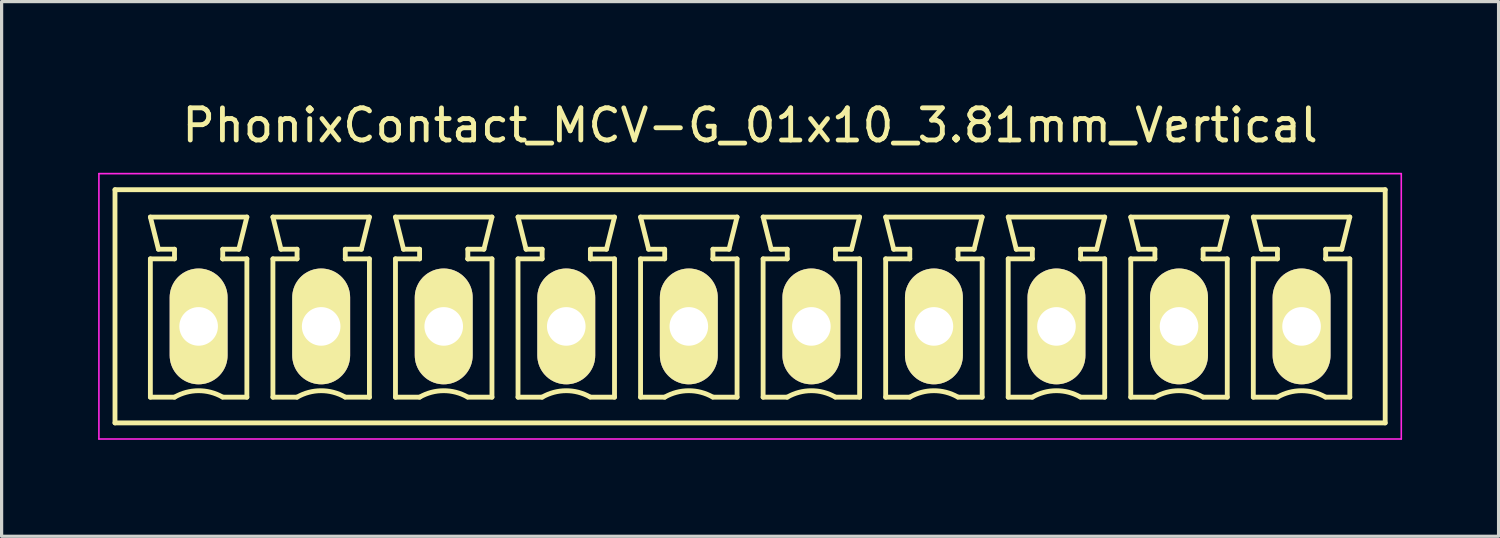
<source format=kicad_pcb>
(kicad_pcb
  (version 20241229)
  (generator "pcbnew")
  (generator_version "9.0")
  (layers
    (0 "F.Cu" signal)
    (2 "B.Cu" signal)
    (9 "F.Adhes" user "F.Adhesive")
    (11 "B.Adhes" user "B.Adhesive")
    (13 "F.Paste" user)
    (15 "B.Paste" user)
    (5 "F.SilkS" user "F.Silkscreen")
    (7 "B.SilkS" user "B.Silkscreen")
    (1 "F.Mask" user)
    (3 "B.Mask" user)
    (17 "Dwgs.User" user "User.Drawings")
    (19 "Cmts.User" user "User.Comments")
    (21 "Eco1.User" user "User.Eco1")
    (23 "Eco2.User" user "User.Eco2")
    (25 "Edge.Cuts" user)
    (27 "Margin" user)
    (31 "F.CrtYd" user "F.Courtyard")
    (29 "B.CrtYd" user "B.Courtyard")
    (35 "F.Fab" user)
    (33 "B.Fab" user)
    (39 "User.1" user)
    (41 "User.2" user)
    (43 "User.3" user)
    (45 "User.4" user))
  (footprint "PhonixContact_MCV-G_01x10_3.81mm_Vertical"
    (layer "F.Cu")
    (at 3.125 7.098)
    (property "Reference" "PhonixContact_MCV-G_01x10_3.81mm_Vertical" (at 17.145 -6.25 0) (layer "F.SilkS") (effects (font (size 1 1) (thickness 0.15))))
    (attr through_hole)
    (fp_line (start -2.6 -4.25) (end -2.6 3) (stroke (width 0.15) (type solid)) (layer "F.SilkS"))
    (fp_line (start -2.6 3) (end 36.89 3) (stroke (width 0.15) (type solid)) (layer "F.SilkS"))
    (fp_line (start -1.5 -3.4) (end 1.5 -3.4) (stroke (width 0.15) (type solid)) (layer "F.SilkS"))
    (fp_line (start -1.5 -2.1) (end -0.75 -2.1) (stroke (width 0.15) (type solid)) (layer "F.SilkS"))
    (fp_line (start -1.5 2.2) (end -1.5 -2.1) (stroke (width 0.15) (type solid)) (layer "F.SilkS"))
    (fp_line (start -1.25 -2.4) (end -1.5 -3.4) (stroke (width 0.15) (type solid)) (layer "F.SilkS"))
    (fp_line (start -0.75 -2.4) (end -1.25 -2.4) (stroke (width 0.15) (type solid)) (layer "F.SilkS"))
    (fp_line (start -0.75 -2.1) (end -0.75 -2.4) (stroke (width 0.15) (type solid)) (layer "F.SilkS"))
    (fp_line (start -0.75 2.2) (end -1.5 2.2) (stroke (width 0.15) (type solid)) (layer "F.SilkS"))
    (fp_line (start 0.75 -2.4) (end 0.75 -2.1) (stroke (width 0.15) (type solid)) (layer "F.SilkS"))
    (fp_line (start 0.75 -2.1) (end 0.75 -2.1) (stroke (width 0.15) (type solid)) (layer "F.SilkS"))
    (fp_line (start 0.75 -2.1) (end 1.5 -2.1) (stroke (width 0.15) (type solid)) (layer "F.SilkS"))
    (fp_line (start 1.25 -2.4) (end 0.75 -2.4) (stroke (width 0.15) (type solid)) (layer "F.SilkS"))
    (fp_line (start 1.5 -3.4) (end 1.25 -2.4) (stroke (width 0.15) (type solid)) (layer "F.SilkS"))
    (fp_line (start 1.5 -2.1) (end 1.5 2.2) (stroke (width 0.15) (type solid)) (layer "F.SilkS"))
    (fp_line (start 1.5 2.2) (end 0.75 2.2) (stroke (width 0.15) (type solid)) (layer "F.SilkS"))
    (fp_line (start 2.31 -3.4) (end 5.31 -3.4) (stroke (width 0.15) (type solid)) (layer "F.SilkS"))
    (fp_line (start 2.31 -2.1) (end 3.06 -2.1) (stroke (width 0.15) (type solid)) (layer "F.SilkS"))
    (fp_line (start 2.31 2.2) (end 2.31 -2.1) (stroke (width 0.15) (type solid)) (layer "F.SilkS"))
    (fp_line (start 2.56 -2.4) (end 2.31 -3.4) (stroke (width 0.15) (type solid)) (layer "F.SilkS"))
    (fp_line (start 3.06 -2.4) (end 2.56 -2.4) (stroke (width 0.15) (type solid)) (layer "F.SilkS"))
    (fp_line (start 3.06 -2.1) (end 3.06 -2.4) (stroke (width 0.15) (type solid)) (layer "F.SilkS"))
    (fp_line (start 3.06 2.2) (end 2.31 2.2) (stroke (width 0.15) (type solid)) (layer "F.SilkS"))
    (fp_line (start 4.56 -2.4) (end 4.56 -2.1) (stroke (width 0.15) (type solid)) (layer "F.SilkS"))
    (fp_line (start 4.56 -2.1) (end 4.56 -2.1) (stroke (width 0.15) (type solid)) (layer "F.SilkS"))
    (fp_line (start 4.56 -2.1) (end 5.31 -2.1) (stroke (width 0.15) (type solid)) (layer "F.SilkS"))
    (fp_line (start 5.06 -2.4) (end 4.56 -2.4) (stroke (width 0.15) (type solid)) (layer "F.SilkS"))
    (fp_line (start 5.31 -3.4) (end 5.06 -2.4) (stroke (width 0.15) (type solid)) (layer "F.SilkS"))
    (fp_line (start 5.31 -2.1) (end 5.31 2.2) (stroke (width 0.15) (type solid)) (layer "F.SilkS"))
    (fp_line (start 5.31 2.2) (end 4.56 2.2) (stroke (width 0.15) (type solid)) (layer "F.SilkS"))
    (fp_line (start 6.12 -3.4) (end 9.12 -3.4) (stroke (width 0.15) (type solid)) (layer "F.SilkS"))
    (fp_line (start 6.12 -2.1) (end 6.87 -2.1) (stroke (width 0.15) (type solid)) (layer "F.SilkS"))
    (fp_line (start 6.12 2.2) (end 6.12 -2.1) (stroke (width 0.15) (type solid)) (layer "F.SilkS"))
    (fp_line (start 6.37 -2.4) (end 6.12 -3.4) (stroke (width 0.15) (type solid)) (layer "F.SilkS"))
    (fp_line (start 6.87 -2.4) (end 6.37 -2.4) (stroke (width 0.15) (type solid)) (layer "F.SilkS"))
    (fp_line (start 6.87 -2.1) (end 6.87 -2.4) (stroke (width 0.15) (type solid)) (layer "F.SilkS"))
    (fp_line (start 6.87 2.2) (end 6.12 2.2) (stroke (width 0.15) (type solid)) (layer "F.SilkS"))
    (fp_line (start 8.37 -2.4) (end 8.37 -2.1) (stroke (width 0.15) (type solid)) (layer "F.SilkS"))
    (fp_line (start 8.37 -2.1) (end 8.37 -2.1) (stroke (width 0.15) (type solid)) (layer "F.SilkS"))
    (fp_line (start 8.37 -2.1) (end 9.12 -2.1) (stroke (width 0.15) (type solid)) (layer "F.SilkS"))
    (fp_line (start 8.87 -2.4) (end 8.37 -2.4) (stroke (width 0.15) (type solid)) (layer "F.SilkS"))
    (fp_line (start 9.12 -3.4) (end 8.87 -2.4) (stroke (width 0.15) (type solid)) (layer "F.SilkS"))
    (fp_line (start 9.12 -2.1) (end 9.12 2.2) (stroke (width 0.15) (type solid)) (layer "F.SilkS"))
    (fp_line (start 9.12 2.2) (end 8.37 2.2) (stroke (width 0.15) (type solid)) (layer "F.SilkS"))
    (fp_line (start 9.93 -3.4) (end 12.93 -3.4) (stroke (width 0.15) (type solid)) (layer "F.SilkS"))
    (fp_line (start 9.93 -2.1) (end 10.68 -2.1) (stroke (width 0.15) (type solid)) (layer "F.SilkS"))
    (fp_line (start 9.93 2.2) (end 9.93 -2.1) (stroke (width 0.15) (type solid)) (layer "F.SilkS"))
    (fp_line (start 10.18 -2.4) (end 9.93 -3.4) (stroke (width 0.15) (type solid)) (layer "F.SilkS"))
    (fp_line (start 10.68 -2.4) (end 10.18 -2.4) (stroke (width 0.15) (type solid)) (layer "F.SilkS"))
    (fp_line (start 10.68 -2.1) (end 10.68 -2.4) (stroke (width 0.15) (type solid)) (layer "F.SilkS"))
    (fp_line (start 10.68 2.2) (end 9.93 2.2) (stroke (width 0.15) (type solid)) (layer "F.SilkS"))
    (fp_line (start 12.18 -2.4) (end 12.18 -2.1) (stroke (width 0.15) (type solid)) (layer "F.SilkS"))
    (fp_line (start 12.18 -2.1) (end 12.18 -2.1) (stroke (width 0.15) (type solid)) (layer "F.SilkS"))
    (fp_line (start 12.18 -2.1) (end 12.93 -2.1) (stroke (width 0.15) (type solid)) (layer "F.SilkS"))
    (fp_line (start 12.68 -2.4) (end 12.18 -2.4) (stroke (width 0.15) (type solid)) (layer "F.SilkS"))
    (fp_line (start 12.93 -3.4) (end 12.68 -2.4) (stroke (width 0.15) (type solid)) (layer "F.SilkS"))
    (fp_line (start 12.93 -2.1) (end 12.93 2.2) (stroke (width 0.15) (type solid)) (layer "F.SilkS"))
    (fp_line (start 12.93 2.2) (end 12.18 2.2) (stroke (width 0.15) (type solid)) (layer "F.SilkS"))
    (fp_line (start 13.74 -3.4) (end 16.74 -3.4) (stroke (width 0.15) (type solid)) (layer "F.SilkS"))
    (fp_line (start 13.74 -2.1) (end 14.49 -2.1) (stroke (width 0.15) (type solid)) (layer "F.SilkS"))
    (fp_line (start 13.74 2.2) (end 13.74 -2.1) (stroke (width 0.15) (type solid)) (layer "F.SilkS"))
    (fp_line (start 13.99 -2.4) (end 13.74 -3.4) (stroke (width 0.15) (type solid)) (layer "F.SilkS"))
    (fp_line (start 14.49 -2.4) (end 13.99 -2.4) (stroke (width 0.15) (type solid)) (layer "F.SilkS"))
    (fp_line (start 14.49 -2.1) (end 14.49 -2.4) (stroke (width 0.15) (type solid)) (layer "F.SilkS"))
    (fp_line (start 14.49 2.2) (end 13.74 2.2) (stroke (width 0.15) (type solid)) (layer "F.SilkS"))
    (fp_line (start 15.99 -2.4) (end 15.99 -2.1) (stroke (width 0.15) (type solid)) (layer "F.SilkS"))
    (fp_line (start 15.99 -2.1) (end 15.99 -2.1) (stroke (width 0.15) (type solid)) (layer "F.SilkS"))
    (fp_line (start 15.99 -2.1) (end 16.74 -2.1) (stroke (width 0.15) (type solid)) (layer "F.SilkS"))
    (fp_line (start 16.49 -2.4) (end 15.99 -2.4) (stroke (width 0.15) (type solid)) (layer "F.SilkS"))
    (fp_line (start 16.74 -3.4) (end 16.49 -2.4) (stroke (width 0.15) (type solid)) (layer "F.SilkS"))
    (fp_line (start 16.74 -2.1) (end 16.74 2.2) (stroke (width 0.15) (type solid)) (layer "F.SilkS"))
    (fp_line (start 16.74 2.2) (end 15.99 2.2) (stroke (width 0.15) (type solid)) (layer "F.SilkS"))
    (fp_line (start 17.55 -3.4) (end 20.55 -3.4) (stroke (width 0.15) (type solid)) (layer "F.SilkS"))
    (fp_line (start 17.55 -2.1) (end 18.3 -2.1) (stroke (width 0.15) (type solid)) (layer "F.SilkS"))
    (fp_line (start 17.55 2.2) (end 17.55 -2.1) (stroke (width 0.15) (type solid)) (layer "F.SilkS"))
    (fp_line (start 17.8 -2.4) (end 17.55 -3.4) (stroke (width 0.15) (type solid)) (layer "F.SilkS"))
    (fp_line (start 18.3 -2.4) (end 17.8 -2.4) (stroke (width 0.15) (type solid)) (layer "F.SilkS"))
    (fp_line (start 18.3 -2.1) (end 18.3 -2.4) (stroke (width 0.15) (type solid)) (layer "F.SilkS"))
    (fp_line (start 18.3 2.2) (end 17.55 2.2) (stroke (width 0.15) (type solid)) (layer "F.SilkS"))
    (fp_line (start 19.8 -2.4) (end 19.8 -2.1) (stroke (width 0.15) (type solid)) (layer "F.SilkS"))
    (fp_line (start 19.8 -2.1) (end 19.8 -2.1) (stroke (width 0.15) (type solid)) (layer "F.SilkS"))
    (fp_line (start 19.8 -2.1) (end 20.55 -2.1) (stroke (width 0.15) (type solid)) (layer "F.SilkS"))
    (fp_line (start 20.3 -2.4) (end 19.8 -2.4) (stroke (width 0.15) (type solid)) (layer "F.SilkS"))
    (fp_line (start 20.55 -3.4) (end 20.3 -2.4) (stroke (width 0.15) (type solid)) (layer "F.SilkS"))
    (fp_line (start 20.55 -2.1) (end 20.55 2.2) (stroke (width 0.15) (type solid)) (layer "F.SilkS"))
    (fp_line (start 20.55 2.2) (end 19.8 2.2) (stroke (width 0.15) (type solid)) (layer "F.SilkS"))
    (fp_line (start 21.36 -3.4) (end 24.36 -3.4) (stroke (width 0.15) (type solid)) (layer "F.SilkS"))
    (fp_line (start 21.36 -2.1) (end 22.11 -2.1) (stroke (width 0.15) (type solid)) (layer "F.SilkS"))
    (fp_line (start 21.36 2.2) (end 21.36 -2.1) (stroke (width 0.15) (type solid)) (layer "F.SilkS"))
    (fp_line (start 21.61 -2.4) (end 21.36 -3.4) (stroke (width 0.15) (type solid)) (layer "F.SilkS"))
    (fp_line (start 22.11 -2.4) (end 21.61 -2.4) (stroke (width 0.15) (type solid)) (layer "F.SilkS"))
    (fp_line (start 22.11 -2.1) (end 22.11 -2.4) (stroke (width 0.15) (type solid)) (layer "F.SilkS"))
    (fp_line (start 22.11 2.2) (end 21.36 2.2) (stroke (width 0.15) (type solid)) (layer "F.SilkS"))
    (fp_line (start 23.61 -2.4) (end 23.61 -2.1) (stroke (width 0.15) (type solid)) (layer "F.SilkS"))
    (fp_line (start 23.61 -2.1) (end 23.61 -2.1) (stroke (width 0.15) (type solid)) (layer "F.SilkS"))
    (fp_line (start 23.61 -2.1) (end 24.36 -2.1) (stroke (width 0.15) (type solid)) (layer "F.SilkS"))
    (fp_line (start 24.11 -2.4) (end 23.61 -2.4) (stroke (width 0.15) (type solid)) (layer "F.SilkS"))
    (fp_line (start 24.36 -3.4) (end 24.11 -2.4) (stroke (width 0.15) (type solid)) (layer "F.SilkS"))
    (fp_line (start 24.36 -2.1) (end 24.36 2.2) (stroke (width 0.15) (type solid)) (layer "F.SilkS"))
    (fp_line (start 24.36 2.2) (end 23.61 2.2) (stroke (width 0.15) (type solid)) (layer "F.SilkS"))
    (fp_line (start 25.17 -3.4) (end 28.17 -3.4) (stroke (width 0.15) (type solid)) (layer "F.SilkS"))
    (fp_line (start 25.17 -2.1) (end 25.92 -2.1) (stroke (width 0.15) (type solid)) (layer "F.SilkS"))
    (fp_line (start 25.17 2.2) (end 25.17 -2.1) (stroke (width 0.15) (type solid)) (layer "F.SilkS"))
    (fp_line (start 25.42 -2.4) (end 25.17 -3.4) (stroke (width 0.15) (type solid)) (layer "F.SilkS"))
    (fp_line (start 25.92 -2.4) (end 25.42 -2.4) (stroke (width 0.15) (type solid)) (layer "F.SilkS"))
    (fp_line (start 25.92 -2.1) (end 25.92 -2.4) (stroke (width 0.15) (type solid)) (layer "F.SilkS"))
    (fp_line (start 25.92 2.2) (end 25.17 2.2) (stroke (width 0.15) (type solid)) (layer "F.SilkS"))
    (fp_line (start 27.42 -2.4) (end 27.42 -2.1) (stroke (width 0.15) (type solid)) (layer "F.SilkS"))
    (fp_line (start 27.42 -2.1) (end 27.42 -2.1) (stroke (width 0.15) (type solid)) (layer "F.SilkS"))
    (fp_line (start 27.42 -2.1) (end 28.17 -2.1) (stroke (width 0.15) (type solid)) (layer "F.SilkS"))
    (fp_line (start 27.92 -2.4) (end 27.42 -2.4) (stroke (width 0.15) (type solid)) (layer "F.SilkS"))
    (fp_line (start 28.17 -3.4) (end 27.92 -2.4) (stroke (width 0.15) (type solid)) (layer "F.SilkS"))
    (fp_line (start 28.17 -2.1) (end 28.17 2.2) (stroke (width 0.15) (type solid)) (layer "F.SilkS"))
    (fp_line (start 28.17 2.2) (end 27.42 2.2) (stroke (width 0.15) (type solid)) (layer "F.SilkS"))
    (fp_line (start 28.98 -3.4) (end 31.98 -3.4) (stroke (width 0.15) (type solid)) (layer "F.SilkS"))
    (fp_line (start 28.98 -2.1) (end 29.73 -2.1) (stroke (width 0.15) (type solid)) (layer "F.SilkS"))
    (fp_line (start 28.98 2.2) (end 28.98 -2.1) (stroke (width 0.15) (type solid)) (layer "F.SilkS"))
    (fp_line (start 29.23 -2.4) (end 28.98 -3.4) (stroke (width 0.15) (type solid)) (layer "F.SilkS"))
    (fp_line (start 29.73 -2.4) (end 29.23 -2.4) (stroke (width 0.15) (type solid)) (layer "F.SilkS"))
    (fp_line (start 29.73 -2.1) (end 29.73 -2.4) (stroke (width 0.15) (type solid)) (layer "F.SilkS"))
    (fp_line (start 29.73 2.2) (end 28.98 2.2) (stroke (width 0.15) (type solid)) (layer "F.SilkS"))
    (fp_line (start 31.23 -2.4) (end 31.23 -2.1) (stroke (width 0.15) (type solid)) (layer "F.SilkS"))
    (fp_line (start 31.23 -2.1) (end 31.23 -2.1) (stroke (width 0.15) (type solid)) (layer "F.SilkS"))
    (fp_line (start 31.23 -2.1) (end 31.98 -2.1) (stroke (width 0.15) (type solid)) (layer "F.SilkS"))
    (fp_line (start 31.73 -2.4) (end 31.23 -2.4) (stroke (width 0.15) (type solid)) (layer "F.SilkS"))
    (fp_line (start 31.98 -3.4) (end 31.73 -2.4) (stroke (width 0.15) (type solid)) (layer "F.SilkS"))
    (fp_line (start 31.98 -2.1) (end 31.98 2.2) (stroke (width 0.15) (type solid)) (layer "F.SilkS"))
    (fp_line (start 31.98 2.2) (end 31.23 2.2) (stroke (width 0.15) (type solid)) (layer "F.SilkS"))
    (fp_line (start 32.79 -3.4) (end 35.79 -3.4) (stroke (width 0.15) (type solid)) (layer "F.SilkS"))
    (fp_line (start 32.79 -2.1) (end 33.54 -2.1) (stroke (width 0.15) (type solid)) (layer "F.SilkS"))
    (fp_line (start 32.79 2.2) (end 32.79 -2.1) (stroke (width 0.15) (type solid)) (layer "F.SilkS"))
    (fp_line (start 33.04 -2.4) (end 32.79 -3.4) (stroke (width 0.15) (type solid)) (layer "F.SilkS"))
    (fp_line (start 33.54 -2.4) (end 33.04 -2.4) (stroke (width 0.15) (type solid)) (layer "F.SilkS"))
    (fp_line (start 33.54 -2.1) (end 33.54 -2.4) (stroke (width 0.15) (type solid)) (layer "F.SilkS"))
    (fp_line (start 33.54 2.2) (end 32.79 2.2) (stroke (width 0.15) (type solid)) (layer "F.SilkS"))
    (fp_line (start 35.04 -2.4) (end 35.04 -2.1) (stroke (width 0.15) (type solid)) (layer "F.SilkS"))
    (fp_line (start 35.04 -2.1) (end 35.04 -2.1) (stroke (width 0.15) (type solid)) (layer "F.SilkS"))
    (fp_line (start 35.04 -2.1) (end 35.79 -2.1) (stroke (width 0.15) (type solid)) (layer "F.SilkS"))
    (fp_line (start 35.54 -2.4) (end 35.04 -2.4) (stroke (width 0.15) (type solid)) (layer "F.SilkS"))
    (fp_line (start 35.79 -3.4) (end 35.54 -2.4) (stroke (width 0.15) (type solid)) (layer "F.SilkS"))
    (fp_line (start 35.79 -2.1) (end 35.79 2.2) (stroke (width 0.15) (type solid)) (layer "F.SilkS"))
    (fp_line (start 35.79 2.2) (end 35.04 2.2) (stroke (width 0.15) (type solid)) (layer "F.SilkS"))
    (fp_line (start 36.89 -4.25) (end -2.6 -4.25) (stroke (width 0.15) (type solid)) (layer "F.SilkS"))
    (fp_line (start 36.89 3) (end 36.89 -4.25) (stroke (width 0.15) (type solid)) (layer "F.SilkS"))
    (fp_arc (start -0.75 2.2) (mid -0.006068 1.999179) (end 0.739464 2.193978) (stroke (width 0.15) (type solid)) (layer "F.SilkS"))
    (fp_arc (start 3.06 2.2) (mid 3.803932 1.999179) (end 4.549464 2.193978) (stroke (width 0.15) (type solid)) (layer "F.SilkS"))
    (fp_arc (start 6.87 2.2) (mid 7.613932 1.999179) (end 8.359464 2.193978) (stroke (width 0.15) (type solid)) (layer "F.SilkS"))
    (fp_arc (start 10.68 2.2) (mid 11.423932 1.999179) (end 12.169464 2.193978) (stroke (width 0.15) (type solid)) (layer "F.SilkS"))
    (fp_arc (start 14.49 2.2) (mid 15.233932 1.999179) (end 15.979464 2.193978) (stroke (width 0.15) (type solid)) (layer "F.SilkS"))
    (fp_arc (start 18.3 2.2) (mid 19.043932 1.999179) (end 19.789464 2.193978) (stroke (width 0.15) (type solid)) (layer "F.SilkS"))
    (fp_arc (start 22.11 2.2) (mid 22.853932 1.999179) (end 23.599464 2.193978) (stroke (width 0.15) (type solid)) (layer "F.SilkS"))
    (fp_arc (start 25.92 2.2) (mid 26.663932 1.999179) (end 27.409464 2.193978) (stroke (width 0.15) (type solid)) (layer "F.SilkS"))
    (fp_arc (start 29.73 2.2) (mid 30.473932 1.999179) (end 31.219464 2.193978) (stroke (width 0.15) (type solid)) (layer "F.SilkS"))
    (fp_arc (start 33.54 2.2) (mid 34.283932 1.999179) (end 35.029464 2.193978) (stroke (width 0.15) (type solid)) (layer "F.SilkS"))
    (fp_line (start -3.1 -4.75) (end -3.1 3.5) (stroke (width 0.05) (type solid)) (layer "F.CrtYd"))
    (fp_line (start -3.1 3.5) (end 37.39 3.5) (stroke (width 0.05) (type solid)) (layer "F.CrtYd"))
    (fp_line (start 37.39 -4.75) (end -3.1 -4.75) (stroke (width 0.05) (type solid)) (layer "F.CrtYd"))
    (fp_line (start 37.39 3.5) (end 37.39 -4.75) (stroke (width 0.05) (type solid)) (layer "F.CrtYd"))
    (pad "1" thru_hole oval (at 0 0) (size 1.8 3.6) (drill 1.2) (layers "*.Cu" "*.Mask" "F.SilkS"))
    (pad "2" thru_hole oval (at 3.81 0) (size 1.8 3.6) (drill 1.2) (layers "*.Cu" "*.Mask" "F.SilkS"))
    (pad "3" thru_hole oval (at 7.62 0) (size 1.8 3.6) (drill 1.2) (layers "*.Cu" "*.Mask" "F.SilkS"))
    (pad "4" thru_hole oval (at 11.43 0) (size 1.8 3.6) (drill 1.2) (layers "*.Cu" "*.Mask" "F.SilkS"))
    (pad "5" thru_hole oval (at 15.24 0) (size 1.8 3.6) (drill 1.2) (layers "*.Cu" "*.Mask" "F.SilkS"))
    (pad "6" thru_hole oval (at 19.05 0) (size 1.8 3.6) (drill 1.2) (layers "*.Cu" "*.Mask" "F.SilkS"))
    (pad "7" thru_hole oval (at 22.86 0) (size 1.8 3.6) (drill 1.2) (layers "*.Cu" "*.Mask" "F.SilkS"))
    (pad "8" thru_hole oval (at 26.67 0) (size 1.8 3.6) (drill 1.2) (layers "*.Cu" "*.Mask" "F.SilkS"))
    (pad "9" thru_hole oval (at 30.48 0) (size 1.8 3.6) (drill 1.2) (layers "*.Cu" "*.Mask" "F.SilkS"))
    (pad "10" thru_hole oval (at 34.29 0) (size 1.8 3.6) (drill 1.2) (layers "*.Cu" "*.Mask" "F.SilkS")))
  (gr_rect
    (start -3 -3)
    (end 43.54 13.623)
    (stroke (width 0.1) (type default))
    (fill no)
    (layer "Edge.Cuts")))
</source>
